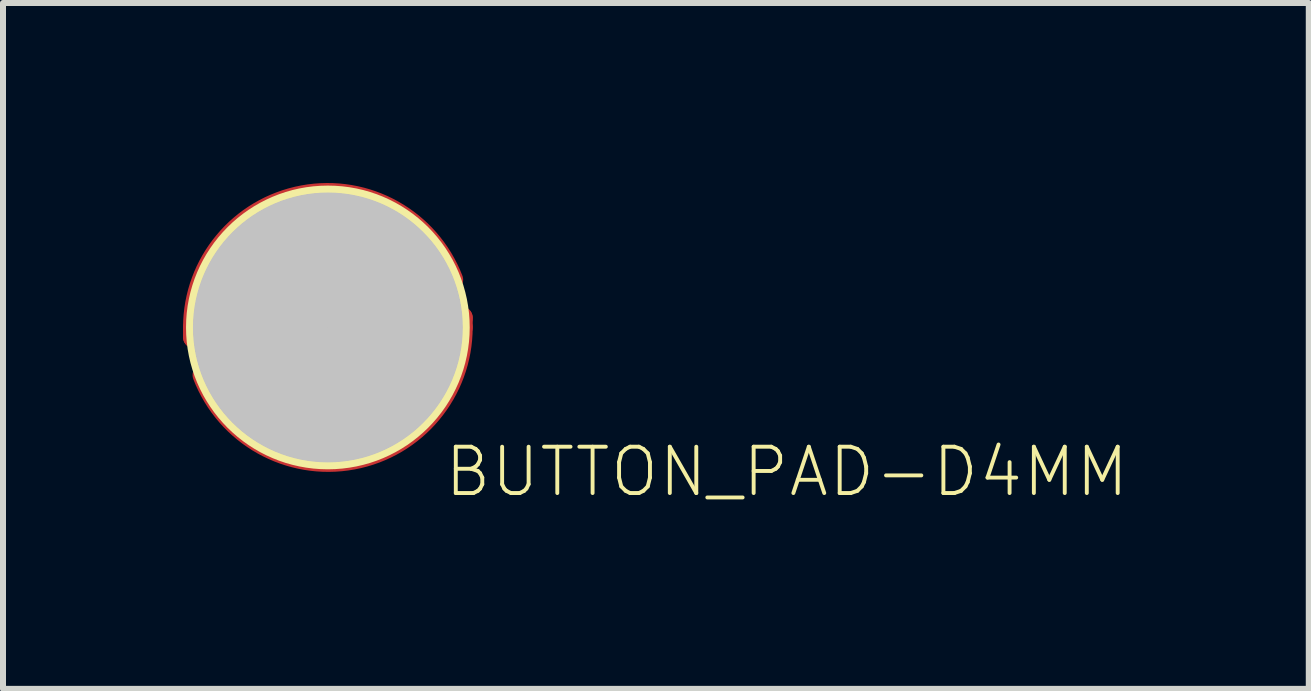
<source format=kicad_pcb>
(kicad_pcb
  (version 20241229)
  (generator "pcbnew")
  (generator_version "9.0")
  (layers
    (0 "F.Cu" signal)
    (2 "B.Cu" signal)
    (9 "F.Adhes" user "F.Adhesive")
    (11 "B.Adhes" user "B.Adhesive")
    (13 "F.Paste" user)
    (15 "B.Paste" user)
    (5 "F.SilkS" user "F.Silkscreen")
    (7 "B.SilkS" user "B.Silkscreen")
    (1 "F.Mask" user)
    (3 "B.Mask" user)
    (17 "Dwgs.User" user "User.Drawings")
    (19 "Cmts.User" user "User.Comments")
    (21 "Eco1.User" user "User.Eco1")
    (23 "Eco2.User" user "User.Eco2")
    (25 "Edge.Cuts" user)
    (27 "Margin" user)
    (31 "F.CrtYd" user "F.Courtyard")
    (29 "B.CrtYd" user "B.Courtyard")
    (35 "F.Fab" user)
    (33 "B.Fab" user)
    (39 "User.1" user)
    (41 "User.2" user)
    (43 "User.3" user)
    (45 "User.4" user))
  (footprint "BUTTON_PAD-D4MM"
    (layer "F.Cu")
    (at 2.413 2.406)
    (property "Reference" "BUTTON_PAD-D4MM" (at 1.905 2.857 0) (layer "F.SilkS") (effects (font (size 0.772 0.772) (thickness 0.065)) (justify left bottom)))
    (attr through_hole)
    (fp_line (start -2.223 0) (end -2.223 0.159) (stroke (width 0.381) (type solid)) (layer "F.Cu"))
    (fp_line (start -2.223 0.159) (end -2.064 0.159) (stroke (width 0.381) (type solid)) (layer "F.Cu"))
    (fp_line (start -2.064 0.318) (end -1.905 0.318) (stroke (width 0.076) (type solid)) (layer "F.Cu"))
    (fp_line (start -1.905 0.238) (end -1.905 -1.032) (stroke (width 0.254) (type solid)) (layer "F.Cu"))
    (fp_line (start -1.905 0.238) (end -1.429 0.238) (stroke (width 0.254) (type solid)) (layer "F.Cu"))
    (fp_line (start -1.429 -0.238) (end -1.429 -0.873) (stroke (width 0.254) (type solid)) (layer "F.Cu"))
    (fp_line (start -1.429 0.238) (end -1.429 0.873) (stroke (width 0.254) (type solid)) (layer "F.Cu"))
    (fp_line (start -1.429 0.238) (end -0.476 0.238) (stroke (width 0.254) (type solid)) (layer "F.Cu"))
    (fp_line (start -0.953 -0.714) (end -0.953 -1.984) (stroke (width 0.254) (type solid)) (layer "F.Cu"))
    (fp_line (start -0.953 1.984) (end -0.953 0.714) (stroke (width 0.254) (type solid)) (layer "F.Cu"))
    (fp_line (start -0.476 -0.238) (end -1.429 -0.238) (stroke (width 0.254) (type solid)) (layer "F.Cu"))
    (fp_line (start -0.476 -0.238) (end -0.476 -1.508) (stroke (width 0.254) (type solid)) (layer "F.Cu"))
    (fp_line (start -0.476 0.238) (end -0.476 1.667) (stroke (width 0.254) (type solid)) (layer "F.Cu"))
    (fp_line (start -0.476 0.238) (end 0.476 0.238) (stroke (width 0.254) (type solid)) (layer "F.Cu"))
    (fp_line (start 0 -0.714) (end 0 -2.143) (stroke (width 0.254) (type solid)) (layer "F.Cu"))
    (fp_line (start 0 2.143) (end 0 0.714) (stroke (width 0.254) (type solid)) (layer "F.Cu"))
    (fp_line (start 0.476 -0.238) (end -0.476 -0.238) (stroke (width 0.254) (type solid)) (layer "F.Cu"))
    (fp_line (start 0.476 -0.238) (end 0.476 -1.508) (stroke (width 0.254) (type solid)) (layer "F.Cu"))
    (fp_line (start 0.476 0.238) (end 0.476 1.667) (stroke (width 0.254) (type solid)) (layer "F.Cu"))
    (fp_line (start 0.476 0.238) (end 1.429 0.238) (stroke (width 0.254) (type solid)) (layer "F.Cu"))
    (fp_line (start 0.953 -0.714) (end 0.953 -1.984) (stroke (width 0.254) (type solid)) (layer "F.Cu"))
    (fp_line (start 0.953 1.984) (end 0.953 0.714) (stroke (width 0.254) (type solid)) (layer "F.Cu"))
    (fp_line (start 1.429 -0.238) (end 0.476 -0.238) (stroke (width 0.254) (type solid)) (layer "F.Cu"))
    (fp_line (start 1.429 -0.238) (end 1.429 -0.873) (stroke (width 0.254) (type solid)) (layer "F.Cu"))
    (fp_line (start 1.429 0.238) (end 1.429 0.873) (stroke (width 0.254) (type solid)) (layer "F.Cu"))
    (fp_line (start 1.905 -0.318) (end 2.064 -0.318) (stroke (width 0.076) (type solid)) (layer "F.Cu"))
    (fp_line (start 1.905 -0.238) (end 1.429 -0.238) (stroke (width 0.254) (type solid)) (layer "F.Cu"))
    (fp_line (start 1.905 -0.238) (end 1.905 1.191) (stroke (width 0.254) (type solid)) (layer "F.Cu"))
    (fp_line (start 2.223 -0.159) (end 2.064 -0.159) (stroke (width 0.381) (type solid)) (layer "F.Cu"))
    (fp_line (start 2.223 0) (end 2.223 -0.159) (stroke (width 0.381) (type solid)) (layer "F.Cu"))
    (fp_arc (start -2.2225 0) (mid -0.409343 -2.1787) (end 2.06375 -0.793751) (stroke (width 0.381) (type solid)) (layer "F.Cu"))
    (fp_arc (start 2.2225 0) (mid 0.409343 2.1787) (end -2.06375 0.793751) (stroke (width 0.381) (type solid)) (layer "F.Cu"))
    (fp_circle (center 0 0) (end 1.1 0) (stroke (width 2.2) (type solid)) (fill no) (layer "F.Mask"))
    (fp_circle (center 0 0) (end 2.3 0) (stroke (width 0.127) (type solid)) (fill no) (layer "F.SilkS"))
    (fp_circle (center 0 0) (end 1.124 0) (stroke (width 2.248) (type solid)) (fill no) (layer "Dwgs.User"))
    (pad "P1" smd rect (at -2.223 0) (size 0.305 0.152) (layers "F.Cu" "F.Mask"))
    (pad "P2" smd rect (at 2.223 0) (size 0.305 0.152) (layers "F.Cu" "F.Mask")))
  (gr_rect
    (start -3 -3)
    (end 18.757 8.428)
    (stroke (width 0.1) (type default))
    (fill no)
    (layer "Edge.Cuts")))
</source>
